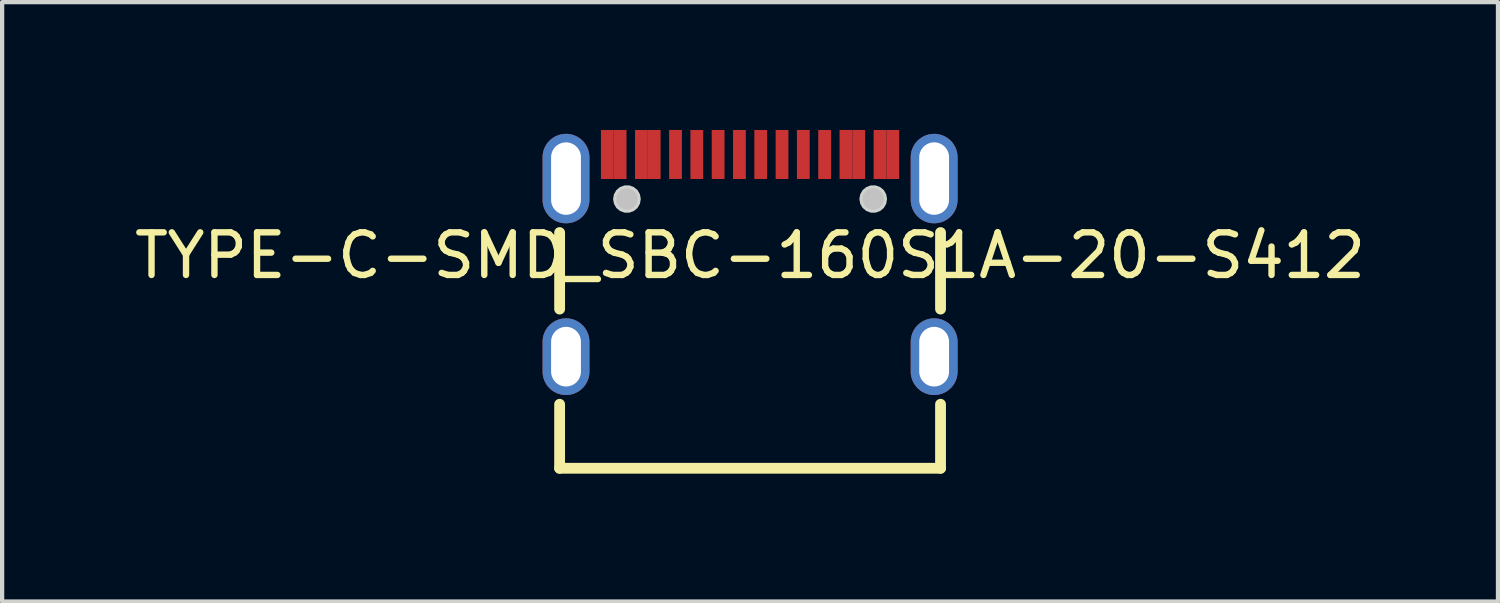
<source format=kicad_pcb>
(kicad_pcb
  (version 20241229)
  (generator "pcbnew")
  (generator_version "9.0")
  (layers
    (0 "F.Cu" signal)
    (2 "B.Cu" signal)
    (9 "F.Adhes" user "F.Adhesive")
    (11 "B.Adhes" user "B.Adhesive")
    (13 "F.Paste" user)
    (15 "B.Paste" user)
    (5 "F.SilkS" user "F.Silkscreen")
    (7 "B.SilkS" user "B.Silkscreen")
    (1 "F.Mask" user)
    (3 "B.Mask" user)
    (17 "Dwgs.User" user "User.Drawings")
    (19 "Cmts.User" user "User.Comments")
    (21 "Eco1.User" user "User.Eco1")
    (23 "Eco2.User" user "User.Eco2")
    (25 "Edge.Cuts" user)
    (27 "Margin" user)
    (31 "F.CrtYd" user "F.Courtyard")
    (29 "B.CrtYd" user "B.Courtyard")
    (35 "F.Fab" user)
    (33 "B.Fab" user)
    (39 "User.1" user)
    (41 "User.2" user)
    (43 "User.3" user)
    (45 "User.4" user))
  (footprint "TYPE-C-SMD_SBC-160S1A-20-S412"
    (layer "F.Cu")
    (at 14.554 2.948)
    (property "Reference" "TYPE-C-SMD_SBC-160S1A-20-S412" (at 0 0 0) (layer "F.SilkS") (effects (font (size 1 1) (thickness 0.15))))
    (fp_line (start -4.47 -0.54) (end -4.47 1.256) (stroke (width 0.254) (type default)) (layer "F.SilkS"))
    (fp_line (start -4.47 3.49) (end -4.47 4.992) (stroke (width 0.254) (type default)) (layer "F.SilkS"))
    (fp_line (start -4.47 4.992) (end 4.47 4.992) (stroke (width 0.254) (type default)) (layer "F.SilkS"))
    (fp_line (start 4.47 1.256) (end 4.47 -0.54) (stroke (width 0.254) (type default)) (layer "F.SilkS"))
    (fp_line (start 4.47 4.992) (end 4.47 3.49) (stroke (width 0.254) (type default)) (layer "F.SilkS"))
    (fp_poly (pts (xy -1.9 -2.948) (xy -1.9 -1.798) (xy -1.6 -1.798) (xy -1.6 -2.948)) (stroke (width 0) (type default)) (fill yes) (layer "F.Paste"))
    (fp_poly (pts (xy -1.4 -2.947) (xy -1.4 -1.797) (xy -1.1 -1.797) (xy -1.1 -2.947)) (stroke (width 0) (type default)) (fill yes) (layer "F.Paste"))
    (fp_poly (pts (xy -0.9 -2.947) (xy -0.9 -1.797) (xy -0.6 -1.797) (xy -0.6 -2.947)) (stroke (width 0) (type default)) (fill yes) (layer "F.Paste"))
    (fp_poly (pts (xy -0.1 -1.797) (xy -0.1 -2.947) (xy -0.4 -2.947) (xy -0.4 -1.797)) (stroke (width 0) (type default)) (fill yes) (layer "F.Paste"))
    (fp_poly (pts (xy 0.1 -2.947) (xy 0.1 -1.797) (xy 0.4 -1.797) (xy 0.4 -2.947)) (stroke (width 0) (type default)) (fill yes) (layer "F.Paste"))
    (fp_poly (pts (xy 0.6 -2.947) (xy 0.6 -1.797) (xy 0.9 -1.797) (xy 0.9 -2.947)) (stroke (width 0) (type default)) (fill yes) (layer "F.Paste"))
    (fp_poly (pts (xy 1.099 -2.948) (xy 1.099 -1.798) (xy 1.399 -1.798) (xy 1.399 -2.948)) (stroke (width 0) (type default)) (fill yes) (layer "F.Paste"))
    (fp_poly (pts (xy 1.9 -1.797) (xy 1.9 -2.947) (xy 1.6 -2.947) (xy 1.6 -1.797)) (stroke (width 0) (type default)) (fill yes) (layer "F.Paste"))
    (fp_poly (pts (xy -3.5 -2.947) (xy -3.5 -1.797) (xy -3.2 -1.797) (xy -2.9 -1.797) (xy -2.9 -2.947) (xy -3.2 -2.947)) (stroke (width 0) (type default)) (fill yes) (layer "F.Paste"))
    (fp_poly (pts (xy -2.7 -2.947) (xy -2.7 -1.797) (xy -2.4 -1.797) (xy -2.1 -1.797) (xy -2.1 -2.947) (xy -2.4 -2.947)) (stroke (width 0) (type default)) (fill yes) (layer "F.Paste"))
    (fp_poly (pts (xy 2.7 -2.947) (xy 2.7 -1.798) (xy 2.4 -1.798) (xy 2.1 -1.798) (xy 2.1 -2.947) (xy 2.4 -2.947)) (stroke (width 0) (type default)) (fill yes) (layer "F.Paste"))
    (fp_poly (pts (xy 3.5 -1.797) (xy 3.5 -2.947) (xy 3.2 -2.947) (xy 2.9 -2.947) (xy 2.9 -1.797) (xy 3.2 -1.797)) (stroke (width 0) (type default)) (fill yes) (layer "F.Paste"))
    (fp_poly (pts (xy -4.333 1.474) (xy -4.361 1.474) (xy -4.388 1.478) (xy -4.415 1.482) (xy -4.442 1.487) (xy -4.469 1.494) (xy -4.495 1.502) (xy -4.521 1.511) (xy -4.546 1.522) (xy -4.571 1.534) (xy -4.595 1.547) (xy -4.619 1.561) (xy -4.641 1.577) (xy -4.663 1.593) (xy -4.684 1.611) (xy -4.704 1.629) (xy -4.723 1.649) (xy -4.742 1.669) (xy -4.758 1.691) (xy -4.774 1.714) (xy -4.79 1.736) (xy -4.803 1.76) (xy -4.816 1.784) (xy -4.827 1.81) (xy -4.837 1.835) (xy -4.846 1.861) (xy -4.853 1.887) (xy -4.859 1.914) (xy -4.864 1.941) (xy -4.867 1.968) (xy -4.87 1.996) (xy -4.87 2.023) (xy -4.87 2.723) (xy -4.87 2.751) (xy -4.867 2.778) (xy -4.864 2.805) (xy -4.859 2.832) (xy -4.853 2.859) (xy -4.846 2.885) (xy -4.837 2.911) (xy -4.827 2.937) (xy -4.816 2.962) (xy -4.803 2.986) (xy -4.79 3.01) (xy -4.774 3.033) (xy -4.758 3.055) (xy -4.742 3.076) (xy -4.723 3.097) (xy -4.704 3.117) (xy -4.684 3.135) (xy -4.663 3.153) (xy -4.641 3.17) (xy -4.619 3.185) (xy -4.595 3.2) (xy -4.571 3.212) (xy -4.546 3.224) (xy -4.521 3.235) (xy -4.495 3.244) (xy -4.469 3.252) (xy -4.442 3.26) (xy -4.415 3.265) (xy -4.388 3.269) (xy -4.361 3.272) (xy -4.333 3.273) (xy -4.306 3.273) (xy -4.279 3.272) (xy -4.252 3.269) (xy -4.224 3.265) (xy -4.197 3.26) (xy -4.171 3.252) (xy -4.145 3.244) (xy -4.119 3.235) (xy -4.094 3.224) (xy -4.069 3.212) (xy -4.045 3.2) (xy -4.021 3.185) (xy -3.999 3.17) (xy -3.977 3.153) (xy -3.956 3.135) (xy -3.936 3.117) (xy -3.917 3.097) (xy -3.898 3.076) (xy -3.881 3.055) (xy -3.865 3.033) (xy -3.85 3.01) (xy -3.837 2.986) (xy -3.825 2.962) (xy -3.813 2.937) (xy -3.803 2.911) (xy -3.795 2.885) (xy -3.787 2.859) (xy -3.781 2.832) (xy -3.776 2.805) (xy -3.773 2.778) (xy -3.771 2.751) (xy -3.77 2.723) (xy -3.77 2.023) (xy -3.771 1.996) (xy -3.773 1.968) (xy -3.776 1.941) (xy -3.781 1.914) (xy -3.787 1.887) (xy -3.795 1.861) (xy -3.803 1.835) (xy -3.813 1.81) (xy -3.825 1.784) (xy -3.837 1.76) (xy -3.85 1.736) (xy -3.865 1.714) (xy -3.881 1.691) (xy -3.898 1.669) (xy -3.917 1.649) (xy -3.936 1.629) (xy -3.956 1.611) (xy -3.977 1.593) (xy -3.999 1.577) (xy -4.021 1.561) (xy -4.045 1.547) (xy -4.069 1.534) (xy -4.094 1.522) (xy -4.119 1.511) (xy -4.145 1.502) (xy -4.171 1.494) (xy -4.197 1.487) (xy -4.224 1.482) (xy -4.252 1.478) (xy -4.279 1.474) (xy -4.306 1.474)) (stroke (width 0) (type default)) (fill yes) (layer "F.Paste"))
    (fp_poly (pts (xy -4.279 -2.856) (xy -4.306 -2.857) (xy -4.333 -2.857) (xy -4.361 -2.856) (xy -4.388 -2.853) (xy -4.415 -2.849) (xy -4.442 -2.843) (xy -4.469 -2.837) (xy -4.495 -2.829) (xy -4.521 -2.819) (xy -4.546 -2.808) (xy -4.571 -2.796) (xy -4.595 -2.784) (xy -4.619 -2.769) (xy -4.641 -2.753) (xy -4.663 -2.737) (xy -4.684 -2.72) (xy -4.704 -2.7) (xy -4.723 -2.681) (xy -4.742 -2.66) (xy -4.758 -2.639) (xy -4.774 -2.617) (xy -4.79 -2.594) (xy -4.803 -2.57) (xy -4.816 -2.546) (xy -4.827 -2.521) (xy -4.837 -2.495) (xy -4.846 -2.469) (xy -4.853 -2.442) (xy -4.859 -2.416) (xy -4.864 -2.389) (xy -4.867 -2.361) (xy -4.87 -2.334) (xy -4.87 -2.307) (xy -4.87 -1.307) (xy -4.87 -1.28) (xy -4.867 -1.252) (xy -4.864 -1.225) (xy -4.859 -1.198) (xy -4.853 -1.171) (xy -4.846 -1.145) (xy -4.837 -1.119) (xy -4.827 -1.093) (xy -4.816 -1.069) (xy -4.803 -1.044) (xy -4.79 -1.02) (xy -4.774 -0.997) (xy -4.758 -0.975) (xy -4.742 -0.954) (xy -4.723 -0.933) (xy -4.704 -0.913) (xy -4.684 -0.894) (xy -4.663 -0.877) (xy -4.641 -0.861) (xy -4.619 -0.845) (xy -4.595 -0.831) (xy -4.571 -0.818) (xy -4.546 -0.805) (xy -4.521 -0.795) (xy -4.495 -0.785) (xy -4.469 -0.777) (xy -4.442 -0.77) (xy -4.415 -0.765) (xy -4.388 -0.761) (xy -4.361 -0.758) (xy -4.333 -0.757) (xy -4.306 -0.757) (xy -4.279 -0.758) (xy -4.252 -0.761) (xy -4.224 -0.765) (xy -4.197 -0.77) (xy -4.171 -0.777) (xy -4.145 -0.785) (xy -4.119 -0.795) (xy -4.094 -0.805) (xy -4.069 -0.818) (xy -4.045 -0.831) (xy -4.021 -0.845) (xy -3.999 -0.861) (xy -3.977 -0.877) (xy -3.956 -0.894) (xy -3.936 -0.913) (xy -3.917 -0.933) (xy -3.898 -0.954) (xy -3.881 -0.975) (xy -3.865 -0.997) (xy -3.85 -1.02) (xy -3.837 -1.044) (xy -3.825 -1.069) (xy -3.813 -1.093) (xy -3.803 -1.119) (xy -3.795 -1.145) (xy -3.787 -1.171) (xy -3.781 -1.198) (xy -3.776 -1.225) (xy -3.773 -1.252) (xy -3.771 -1.28) (xy -3.77 -1.307) (xy -3.77 -2.307) (xy -3.771 -2.334) (xy -3.773 -2.361) (xy -3.776 -2.389) (xy -3.781 -2.416) (xy -3.787 -2.442) (xy -3.795 -2.469) (xy -3.803 -2.495) (xy -3.813 -2.521) (xy -3.825 -2.546) (xy -3.837 -2.57) (xy -3.85 -2.594) (xy -3.865 -2.617) (xy -3.881 -2.639) (xy -3.898 -2.66) (xy -3.917 -2.681) (xy -3.936 -2.7) (xy -3.956 -2.72) (xy -3.977 -2.737) (xy -3.999 -2.753) (xy -4.021 -2.769) (xy -4.045 -2.784) (xy -4.069 -2.796) (xy -4.094 -2.808) (xy -4.119 -2.819) (xy -4.145 -2.829) (xy -4.171 -2.837) (xy -4.197 -2.843) (xy -4.224 -2.849) (xy -4.252 -2.853)) (stroke (width 0) (type default)) (fill yes) (layer "F.Paste"))
    (fp_poly (pts (xy 4.361 -2.856) (xy 4.333 -2.857) (xy 4.306 -2.857) (xy 4.279 -2.856) (xy 4.252 -2.853) (xy 4.224 -2.849) (xy 4.197 -2.843) (xy 4.171 -2.837) (xy 4.145 -2.829) (xy 4.119 -2.819) (xy 4.094 -2.808) (xy 4.069 -2.796) (xy 4.045 -2.784) (xy 4.021 -2.769) (xy 3.999 -2.753) (xy 3.977 -2.737) (xy 3.956 -2.72) (xy 3.936 -2.7) (xy 3.917 -2.681) (xy 3.898 -2.66) (xy 3.881 -2.639) (xy 3.865 -2.617) (xy 3.85 -2.594) (xy 3.837 -2.57) (xy 3.825 -2.546) (xy 3.813 -2.521) (xy 3.803 -2.495) (xy 3.795 -2.469) (xy 3.787 -2.442) (xy 3.781 -2.416) (xy 3.776 -2.389) (xy 3.773 -2.361) (xy 3.771 -2.334) (xy 3.77 -2.307) (xy 3.77 -1.307) (xy 3.771 -1.28) (xy 3.773 -1.252) (xy 3.776 -1.225) (xy 3.781 -1.198) (xy 3.787 -1.171) (xy 3.795 -1.145) (xy 3.803 -1.119) (xy 3.813 -1.093) (xy 3.825 -1.069) (xy 3.837 -1.044) (xy 3.85 -1.02) (xy 3.865 -0.997) (xy 3.881 -0.975) (xy 3.898 -0.954) (xy 3.917 -0.933) (xy 3.936 -0.913) (xy 3.956 -0.894) (xy 3.977 -0.877) (xy 3.999 -0.861) (xy 4.021 -0.845) (xy 4.045 -0.831) (xy 4.069 -0.818) (xy 4.094 -0.805) (xy 4.119 -0.795) (xy 4.145 -0.785) (xy 4.171 -0.777) (xy 4.197 -0.77) (xy 4.224 -0.765) (xy 4.252 -0.761) (xy 4.279 -0.758) (xy 4.306 -0.757) (xy 4.333 -0.757) (xy 4.361 -0.758) (xy 4.388 -0.761) (xy 4.415 -0.765) (xy 4.442 -0.77) (xy 4.469 -0.777) (xy 4.495 -0.785) (xy 4.521 -0.795) (xy 4.546 -0.805) (xy 4.571 -0.818) (xy 4.595 -0.831) (xy 4.619 -0.845) (xy 4.641 -0.861) (xy 4.663 -0.877) (xy 4.684 -0.894) (xy 4.704 -0.913) (xy 4.723 -0.933) (xy 4.742 -0.954) (xy 4.758 -0.975) (xy 4.774 -0.997) (xy 4.79 -1.02) (xy 4.803 -1.044) (xy 4.816 -1.069) (xy 4.827 -1.093) (xy 4.837 -1.119) (xy 4.846 -1.145) (xy 4.853 -1.171) (xy 4.859 -1.198) (xy 4.864 -1.225) (xy 4.867 -1.252) (xy 4.87 -1.28) (xy 4.87 -1.307) (xy 4.87 -2.307) (xy 4.87 -2.334) (xy 4.867 -2.361) (xy 4.864 -2.389) (xy 4.859 -2.416) (xy 4.853 -2.442) (xy 4.846 -2.469) (xy 4.837 -2.495) (xy 4.827 -2.521) (xy 4.816 -2.546) (xy 4.803 -2.57) (xy 4.79 -2.594) (xy 4.774 -2.617) (xy 4.758 -2.639) (xy 4.742 -2.66) (xy 4.723 -2.681) (xy 4.704 -2.7) (xy 4.684 -2.72) (xy 4.663 -2.737) (xy 4.641 -2.753) (xy 4.619 -2.769) (xy 4.595 -2.784) (xy 4.571 -2.796) (xy 4.546 -2.808) (xy 4.521 -2.819) (xy 4.495 -2.829) (xy 4.469 -2.837) (xy 4.442 -2.843) (xy 4.415 -2.849) (xy 4.388 -2.853)) (stroke (width 0) (type default)) (fill yes) (layer "F.Paste"))
    (fp_poly (pts (xy 4.361 1.474) (xy 4.333 1.474) (xy 4.306 1.474) (xy 4.279 1.474) (xy 4.252 1.478) (xy 4.224 1.482) (xy 4.197 1.487) (xy 4.171 1.494) (xy 4.145 1.502) (xy 4.119 1.511) (xy 4.094 1.522) (xy 4.069 1.534) (xy 4.045 1.547) (xy 4.021 1.561) (xy 3.999 1.577) (xy 3.977 1.593) (xy 3.956 1.611) (xy 3.936 1.629) (xy 3.917 1.649) (xy 3.898 1.669) (xy 3.881 1.691) (xy 3.865 1.714) (xy 3.85 1.736) (xy 3.837 1.76) (xy 3.825 1.784) (xy 3.813 1.81) (xy 3.803 1.835) (xy 3.795 1.861) (xy 3.787 1.887) (xy 3.781 1.914) (xy 3.776 1.941) (xy 3.773 1.968) (xy 3.771 1.996) (xy 3.77 2.023) (xy 3.77 2.723) (xy 3.771 2.751) (xy 3.773 2.778) (xy 3.776 2.805) (xy 3.781 2.832) (xy 3.787 2.859) (xy 3.795 2.885) (xy 3.803 2.911) (xy 3.813 2.937) (xy 3.825 2.962) (xy 3.837 2.986) (xy 3.85 3.01) (xy 3.865 3.033) (xy 3.881 3.055) (xy 3.898 3.076) (xy 3.917 3.097) (xy 3.936 3.117) (xy 3.956 3.135) (xy 3.977 3.153) (xy 3.999 3.17) (xy 4.021 3.185) (xy 4.045 3.2) (xy 4.069 3.212) (xy 4.094 3.224) (xy 4.119 3.235) (xy 4.145 3.244) (xy 4.171 3.252) (xy 4.197 3.26) (xy 4.224 3.265) (xy 4.252 3.269) (xy 4.279 3.272) (xy 4.306 3.273) (xy 4.333 3.273) (xy 4.361 3.272) (xy 4.388 3.269) (xy 4.415 3.265) (xy 4.442 3.26) (xy 4.469 3.252) (xy 4.495 3.244) (xy 4.521 3.235) (xy 4.546 3.224) (xy 4.571 3.212) (xy 4.595 3.2) (xy 4.619 3.185) (xy 4.641 3.17) (xy 4.663 3.153) (xy 4.684 3.135) (xy 4.704 3.117) (xy 4.723 3.097) (xy 4.742 3.076) (xy 4.758 3.055) (xy 4.774 3.033) (xy 4.79 3.01) (xy 4.803 2.986) (xy 4.816 2.962) (xy 4.827 2.937) (xy 4.837 2.911) (xy 4.846 2.885) (xy 4.853 2.859) (xy 4.859 2.832) (xy 4.864 2.805) (xy 4.867 2.778) (xy 4.87 2.751) (xy 4.87 2.723) (xy 4.87 2.023) (xy 4.87 1.996) (xy 4.867 1.968) (xy 4.864 1.941) (xy 4.859 1.914) (xy 4.853 1.887) (xy 4.846 1.861) (xy 4.837 1.835) (xy 4.827 1.81) (xy 4.816 1.784) (xy 4.803 1.76) (xy 4.79 1.736) (xy 4.774 1.714) (xy 4.758 1.691) (xy 4.742 1.669) (xy 4.723 1.649) (xy 4.704 1.629) (xy 4.684 1.611) (xy 4.663 1.593) (xy 4.641 1.577) (xy 4.619 1.561) (xy 4.595 1.547) (xy 4.571 1.534) (xy 4.546 1.522) (xy 4.521 1.511) (xy 4.495 1.502) (xy 4.469 1.494) (xy 4.442 1.487) (xy 4.415 1.482) (xy 4.388 1.478)) (stroke (width 0) (type default)) (fill yes) (layer "F.Paste"))
    (fp_circle (center -2.89 -1.327) (end -2.765 -1.327) (stroke (width 0.25) (type default)) (fill no) (layer "Dwgs.User"))
    (fp_circle (center 2.89 -1.327) (end 3.015 -1.327) (stroke (width 0.25) (type default)) (fill no) (layer "Dwgs.User"))
    (fp_poly (pts (xy -2.565 -1.327) (xy -2.585 -1.438) (xy -2.641 -1.536) (xy -2.728 -1.608) (xy -2.834 -1.647) (xy -2.946 -1.647) (xy -3.053 -1.608) (xy -3.139 -1.536) (xy -3.195 -1.438) (xy -3.215 -1.327) (xy -3.195 -1.216) (xy -3.139 -1.118) (xy -3.053 -1.046) (xy -2.946 -1.007) (xy -2.834 -1.007) (xy -2.728 -1.046) (xy -2.641 -1.118) (xy -2.585 -1.216)) (stroke (width 0) (type default)) (fill yes) (layer "Edge.Cuts"))
    (fp_poly (pts (xy 3.215 -1.327) (xy 3.195 -1.438) (xy 3.139 -1.536) (xy 3.053 -1.608) (xy 2.946 -1.647) (xy 2.834 -1.647) (xy 2.728 -1.608) (xy 2.641 -1.536) (xy 2.585 -1.438) (xy 2.565 -1.327) (xy 2.585 -1.216) (xy 2.641 -1.118) (xy 2.728 -1.046) (xy 2.834 -1.007) (xy 2.946 -1.007) (xy 3.053 -1.046) (xy 3.139 -1.118) (xy 3.195 -1.216)) (stroke (width 0) (type default)) (fill yes) (layer "Edge.Cuts"))
    (fp_poly (pts (xy -4.47 -2.357) (xy -4.17 -2.357) (xy -4.17 -1.257) (xy -4.47 -1.257)) (stroke (width 0.1) (type default)) (fill no) (layer "User.1"))
    (fp_poly (pts (xy -4.47 1.973) (xy -4.17 1.973) (xy -4.17 2.773) (xy -4.47 2.773)) (stroke (width 0.1) (type default)) (fill no) (layer "User.1"))
    (fp_poly (pts (xy -3.45 -2.587) (xy -3.25 -2.587) (xy -3.25 -1.887) (xy -3.45 -1.887)) (stroke (width 0.1) (type default)) (fill no) (layer "User.1"))
    (fp_poly (pts (xy -3.25 -2.587) (xy -3.05 -2.587) (xy -3.05 -1.887) (xy -3.25 -1.887)) (stroke (width 0.1) (type default)) (fill no) (layer "User.1"))
    (fp_poly (pts (xy -2.65 -2.587) (xy -2.45 -2.587) (xy -2.45 -1.887) (xy -2.65 -1.887)) (stroke (width 0.1) (type default)) (fill no) (layer "User.1"))
    (fp_poly (pts (xy -2.45 -2.587) (xy -2.25 -2.587) (xy -2.25 -1.887) (xy -2.45 -1.887)) (stroke (width 0.1) (type default)) (fill no) (layer "User.1"))
    (fp_poly (pts (xy -1.85 -2.588) (xy -1.65 -2.588) (xy -1.65 -1.888) (xy -1.85 -1.888)) (stroke (width 0.1) (type default)) (fill no) (layer "User.1"))
    (fp_poly (pts (xy -1.35 -2.587) (xy -1.15 -2.587) (xy -1.15 -1.887) (xy -1.35 -1.887)) (stroke (width 0.1) (type default)) (fill no) (layer "User.1"))
    (fp_poly (pts (xy -0.85 -2.587) (xy -0.65 -2.587) (xy -0.65 -1.887) (xy -0.85 -1.887)) (stroke (width 0.1) (type default)) (fill no) (layer "User.1"))
    (fp_poly (pts (xy -0.35 -2.587) (xy -0.15 -2.587) (xy -0.15 -1.887) (xy -0.35 -1.887)) (stroke (width 0.1) (type default)) (fill no) (layer "User.1"))
    (fp_poly (pts (xy 0.15 -2.587) (xy 0.35 -2.587) (xy 0.35 -1.887) (xy 0.15 -1.887)) (stroke (width 0.1) (type default)) (fill no) (layer "User.1"))
    (fp_poly (pts (xy 0.65 -2.587) (xy 0.85 -2.587) (xy 0.85 -1.887) (xy 0.65 -1.887)) (stroke (width 0.1) (type default)) (fill no) (layer "User.1"))
    (fp_poly (pts (xy 1.149 -2.588) (xy 1.349 -2.588) (xy 1.349 -1.888) (xy 1.149 -1.888)) (stroke (width 0.1) (type default)) (fill no) (layer "User.1"))
    (fp_poly (pts (xy 1.65 -2.587) (xy 1.85 -2.587) (xy 1.85 -1.887) (xy 1.65 -1.887)) (stroke (width 0.1) (type default)) (fill no) (layer "User.1"))
    (fp_poly (pts (xy 2.25 -2.587) (xy 2.45 -2.587) (xy 2.45 -1.887) (xy 2.25 -1.887)) (stroke (width 0.1) (type default)) (fill no) (layer "User.1"))
    (fp_poly (pts (xy 2.45 -2.587) (xy 2.65 -2.587) (xy 2.65 -1.887) (xy 2.45 -1.887)) (stroke (width 0.1) (type default)) (fill no) (layer "User.1"))
    (fp_poly (pts (xy 3.05 -2.587) (xy 3.25 -2.587) (xy 3.25 -1.887) (xy 3.05 -1.887)) (stroke (width 0.1) (type default)) (fill no) (layer "User.1"))
    (fp_poly (pts (xy 3.25 -2.587) (xy 3.45 -2.587) (xy 3.45 -1.887) (xy 3.25 -1.887)) (stroke (width 0.1) (type default)) (fill no) (layer "User.1"))
    (fp_poly (pts (xy 4.17 -2.357) (xy 4.47 -2.357) (xy 4.47 -1.257) (xy 4.17 -1.257)) (stroke (width 0.1) (type default)) (fill no) (layer "User.1"))
    (fp_poly (pts (xy 4.17 1.973) (xy 4.47 1.973) (xy 4.47 2.773) (xy 4.17 2.773)) (stroke (width 0.1) (type default)) (fill no) (layer "User.1"))
    (fp_line (start -4.47 -2.377) (end 4.47 -2.377) (stroke (width 0.051) (type default)) (layer "User.2"))
    (fp_line (start -4.47 4.973) (end -4.47 -2.377) (stroke (width 0.051) (type default)) (layer "User.2"))
    (fp_line (start 4.47 -2.377) (end 4.47 4.973) (stroke (width 0.051) (type default)) (layer "User.2"))
    (fp_line (start 4.47 4.973) (end -4.47 4.973) (stroke (width 0.051) (type default)) (layer "User.2"))
    (fp_poly (pts (xy -4.41 -2.588) (xy -4.428 -2.63) (xy -4.47 -2.648) (xy -4.512 -2.63) (xy -4.53 -2.588) (xy -4.512 -2.546) (xy -4.47 -2.528) (xy -4.428 -2.546)) (stroke (width 0.1) (type default)) (fill no) (layer "User.3"))
    (pad "1" thru_hole oval (at -4.32 -1.807) (size 1.1 2.1) (drill oval 0.7 1.7) (layers "*.Cu" "*.Mask"))
    (pad "1" thru_hole oval (at -4.32 2.373) (size 1.1 1.8) (drill oval 0.7 1.4) (layers "*.Cu" "*.Mask"))
    (pad "1" thru_hole oval (at 4.32 -1.807) (size 1.1 2.1) (drill oval 0.7 1.7) (layers "*.Cu" "*.Mask"))
    (pad "1" thru_hole oval (at 4.32 2.373) (size 1.1 1.8) (drill oval 0.7 1.4) (layers "*.Cu" "*.Mask"))
    (pad "A1" smd rect (at -3.35 -2.372) (size 0.3 1.15) (layers "F.Cu" "F.Mask" "F.Paste"))
    (pad "A4" smd rect (at -2.55 -2.372) (size 0.3 1.15) (layers "F.Cu" "F.Mask" "F.Paste"))
    (pad "A5" smd rect (at -1.25 -2.372) (size 0.3 1.15) (layers "F.Cu" "F.Mask" "F.Paste"))
    (pad "A6" smd rect (at -0.25 -2.372) (size 0.3 1.15) (layers "F.Cu" "F.Mask" "F.Paste"))
    (pad "A7" smd rect (at 0.25 -2.372) (size 0.3 1.15) (layers "F.Cu" "F.Mask" "F.Paste"))
    (pad "A8" smd rect (at 1.25 -2.373) (size 0.3 1.15) (layers "F.Cu" "F.Mask" "F.Paste"))
    (pad "A9" smd rect (at 2.55 -2.373) (size 0.3 1.15) (layers "F.Cu" "F.Mask" "F.Paste"))
    (pad "A12" smd rect (at 3.35 -2.372) (size 0.3 1.15) (layers "F.Cu" "F.Mask" "F.Paste"))
    (pad "B1" smd rect (at 3.05 -2.372) (size 0.3 1.15) (layers "F.Cu" "F.Mask" "F.Paste"))
    (pad "B4" smd rect (at 2.25 -2.373) (size 0.3 1.15) (layers "F.Cu" "F.Mask" "F.Paste"))
    (pad "B5" smd rect (at 1.75 -2.372) (size 0.3 1.15) (layers "F.Cu" "F.Mask" "F.Paste"))
    (pad "B6" smd rect (at 0.75 -2.372) (size 0.3 1.15) (layers "F.Cu" "F.Mask" "F.Paste"))
    (pad "B7" smd rect (at -0.75 -2.372) (size 0.3 1.15) (layers "F.Cu" "F.Mask" "F.Paste"))
    (pad "B8" smd rect (at -1.75 -2.373) (size 0.3 1.15) (layers "F.Cu" "F.Mask" "F.Paste"))
    (pad "B9" smd rect (at -2.25 -2.372) (size 0.3 1.15) (layers "F.Cu" "F.Mask" "F.Paste"))
    (pad "B12" smd rect (at -3.05 -2.372) (size 0.3 1.15) (layers "F.Cu" "F.Mask" "F.Paste")))
  (gr_rect
    (start -3 -3)
    (end 32.107 11.068)
    (stroke (width 0.1) (type default))
    (fill no)
    (layer "Edge.Cuts")))
</source>
